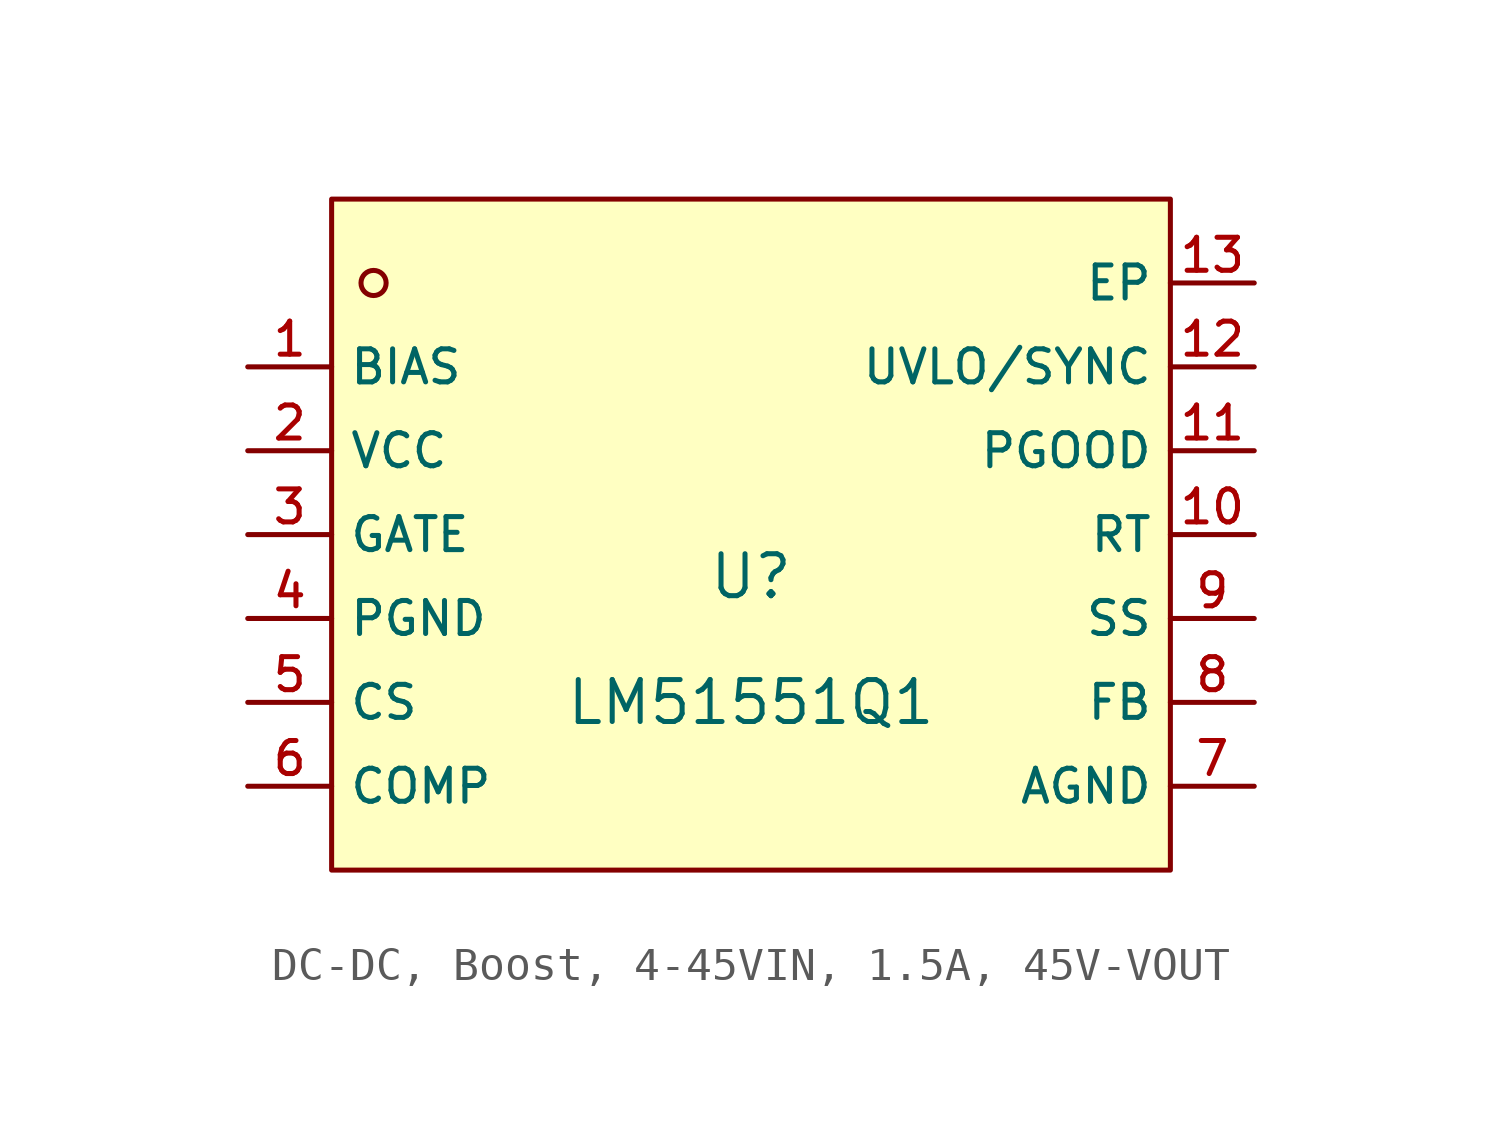
<source format=kicad_sym>
(kicad_symbol_lib
  (version 20231120)
  (generator "CDFER_Archive_Tool")
  (generator_version "0.0")
  (symbol "DC-DC, Boost, 4-45VIN, 1.5A, 45V-VOUT"
    (property "Reference" "U"
      (at 0 1.27 0)
      (effects (font (size 1.27 1.27))))
    (property "Value" "LM51551Q1"
      (at 0 -2.54 0)
      (effects (font (size 1.27 1.27))))
    (symbol "DC-DC, Boost, 4-45VIN, 1.5A, 45V-VOUT_0_1"
      (rectangle (start -12.7 12.7) (end 12.7 -7.62) (stroke (width 0) (type default)) (fill (type background)))
      (circle (center -11.43 10.16) (radius 0.381) (stroke (width 0) (type default)) (fill (type background)))
      (pin unspecified line (at -15.24 7.62 0) (length 2.54) (name "BIAS" (effects (font (size 1 1)))) (number "1" (effects (font (size 1 1)))))
      (pin unspecified line (at 15.24 2.54 180) (length 2.54) (name "RT" (effects (font (size 1 1)))) (number "10" (effects (font (size 1 1)))))
      (pin unspecified line (at 15.24 5.08 180) (length 2.54) (name "PGOOD" (effects (font (size 1 1)))) (number "11" (effects (font (size 1 1)))))
      (pin unspecified line (at 15.24 7.62 180) (length 2.54) (name "UVLO/SYNC" (effects (font (size 1 1)))) (number "12" (effects (font (size 1 1)))))
      (pin unspecified line (at 15.24 10.16 180) (length 2.54) (name "EP" (effects (font (size 1 1)))) (number "13" (effects (font (size 1 1)))))
      (pin unspecified line (at -15.24 5.08 0) (length 2.54) (name "VCC" (effects (font (size 1 1)))) (number "2" (effects (font (size 1 1)))))
      (pin unspecified line (at -15.24 2.54 0) (length 2.54) (name "GATE" (effects (font (size 1 1)))) (number "3" (effects (font (size 1 1)))))
      (pin unspecified line (at -15.24 0 0) (length 2.54) (name "PGND" (effects (font (size 1 1)))) (number "4" (effects (font (size 1 1)))))
      (pin unspecified line (at -15.24 -2.54 0) (length 2.54) (name "CS" (effects (font (size 1 1)))) (number "5" (effects (font (size 1 1)))))
      (pin unspecified line (at -15.24 -5.08 0) (length 2.54) (name "COMP" (effects (font (size 1 1)))) (number "6" (effects (font (size 1 1)))))
      (pin unspecified line (at 15.24 -5.08 180) (length 2.54) (name "AGND" (effects (font (size 1 1)))) (number "7" (effects (font (size 1 1)))))
      (pin unspecified line (at 15.24 -2.54 180) (length 2.54) (name "FB" (effects (font (size 1 1)))) (number "8" (effects (font (size 1 1)))))
      (pin unspecified line (at 15.24 0 180) (length 2.54) (name "SS" (effects (font (size 1 1)))) (number "9" (effects (font (size 1 1))))))))
</source>
